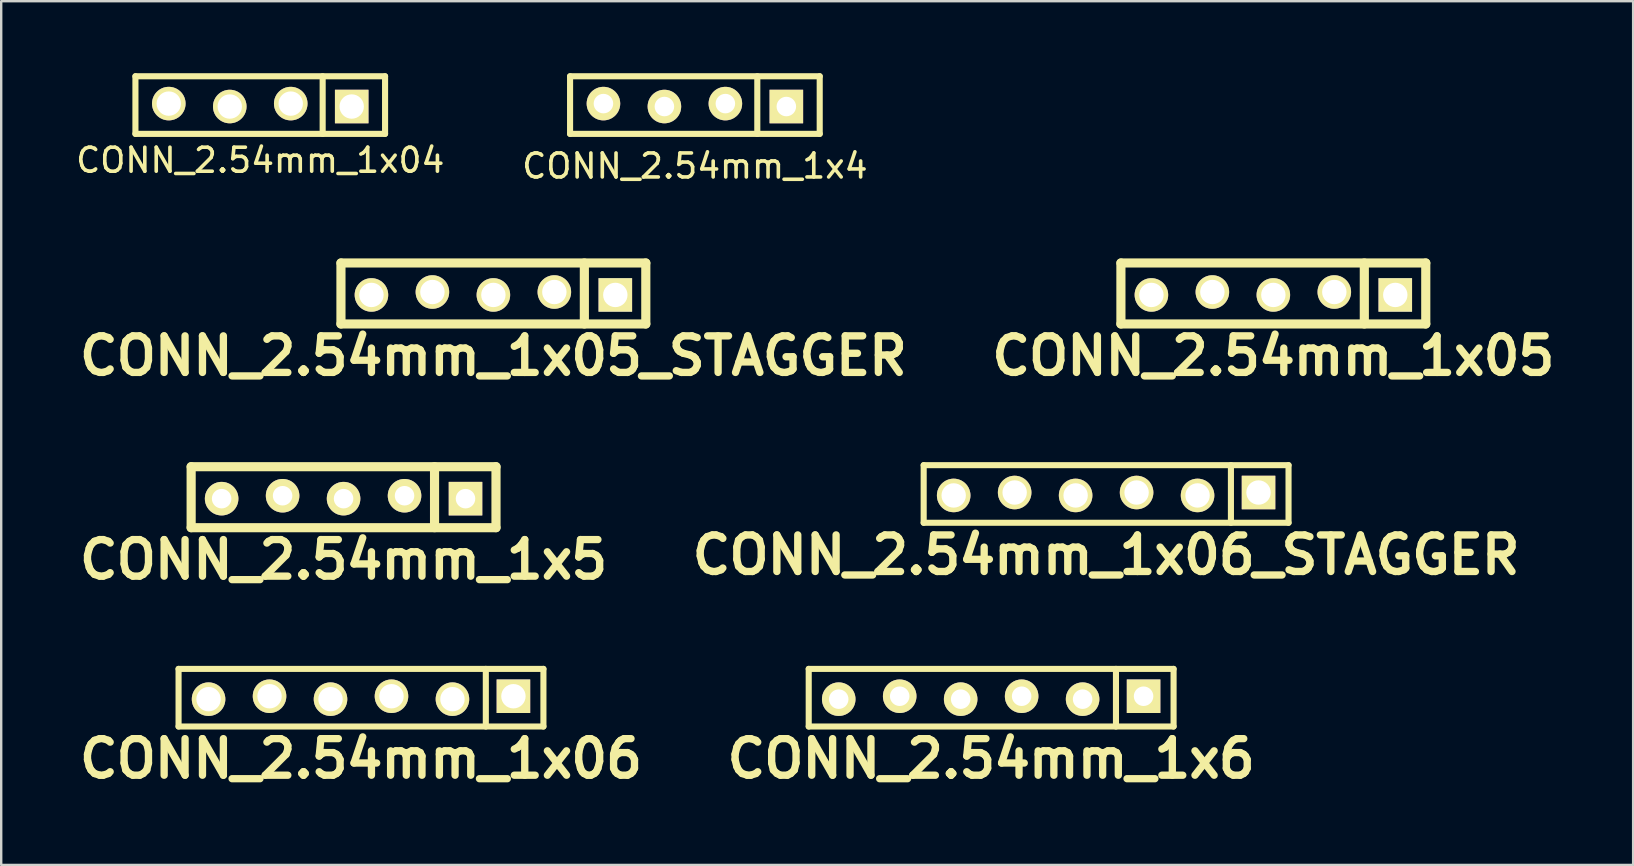
<source format=kicad_pcb>
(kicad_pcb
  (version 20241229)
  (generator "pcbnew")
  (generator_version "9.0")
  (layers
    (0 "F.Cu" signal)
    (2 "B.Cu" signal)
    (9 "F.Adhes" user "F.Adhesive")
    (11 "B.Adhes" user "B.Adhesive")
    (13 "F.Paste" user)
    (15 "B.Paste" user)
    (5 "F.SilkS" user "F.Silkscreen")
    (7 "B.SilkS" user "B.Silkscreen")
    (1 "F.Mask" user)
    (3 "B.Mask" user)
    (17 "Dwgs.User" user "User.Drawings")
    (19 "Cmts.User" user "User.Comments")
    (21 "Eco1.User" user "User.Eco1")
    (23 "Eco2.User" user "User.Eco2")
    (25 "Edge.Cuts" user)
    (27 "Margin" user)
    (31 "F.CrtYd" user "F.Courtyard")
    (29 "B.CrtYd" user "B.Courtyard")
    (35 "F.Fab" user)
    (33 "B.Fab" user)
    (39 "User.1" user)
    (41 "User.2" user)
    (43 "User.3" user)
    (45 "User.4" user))
  (footprint "CONN_2.54mm_1x04"
    (layer "F.Cu")
    (at 7.792 1.327)
    (property "Reference" "CONN_2.54mm_1x04" (at 0 2.3 0) (layer "F.SilkS") (effects (font (size 1 1) (thickness 0.15))))
    (attr through_hole)
    (fp_line (start -5.2 1.2) (end -5.2 -1.2) (stroke (width 0.254) (type solid)) (layer "F.SilkS"))
    (fp_line (start -5.2 1.2) (end 5.2 1.2) (stroke (width 0.254) (type solid)) (layer "F.SilkS"))
    (fp_line (start 2.6 -1.2) (end 2.6 1.2) (stroke (width 0.254) (type solid)) (layer "F.SilkS"))
    (fp_line (start 5.2 -1.2) (end -5.2 -1.2) (stroke (width 0.254) (type solid)) (layer "F.SilkS"))
    (fp_line (start 5.2 1.2) (end 5.2 -1.2) (stroke (width 0.254) (type solid)) (layer "F.SilkS"))
    (pad "1" thru_hole rect (at 3.81 0.061) (size 1.397 1.397) (drill 1.016) (layers "*.Cu" "*.Mask" "F.SilkS"))
    (pad "2" thru_hole circle (at 1.27 -0.061) (size 1.397 1.397) (drill 1.016) (layers "*.Cu" "*.Mask" "F.SilkS"))
    (pad "3" thru_hole circle (at -1.27 0.061) (size 1.397 1.397) (drill 1.016) (layers "*.Cu" "*.Mask" "F.SilkS"))
    (pad "4" thru_hole circle (at -3.81 -0.061) (size 1.397 1.397) (drill 1.016) (layers "*.Cu" "*.Mask" "F.SilkS")))
  (footprint "CONN_2.54mm_1x06_STAGGER"
    (layer "F.Cu")
    (at 43.03 17.529)
    (property "Reference" "CONN_2.54mm_1x06_STAGGER" (at 0 2.54 0) (layer "F.SilkS") (effects (font (size 1.524 1.524) (thickness 0.305))))
    (attr through_hole)
    (fp_line (start -7.6 1.2) (end -7.6 -1.2) (stroke (width 0.254) (type solid)) (layer "F.SilkS"))
    (fp_line (start -7.6 1.2) (end 7.6 1.2) (stroke (width 0.254) (type solid)) (layer "F.SilkS"))
    (fp_line (start 5.2 1.2) (end 5.2 -1.2) (stroke (width 0.254) (type solid)) (layer "F.SilkS"))
    (fp_line (start 7.6 -1.2) (end -7.6 -1.2) (stroke (width 0.254) (type solid)) (layer "F.SilkS"))
    (fp_line (start 7.6 -1.2) (end 7.6 1.2) (stroke (width 0.254) (type solid)) (layer "F.SilkS"))
    (pad "1" thru_hole rect (at 6.35 -0.061) (size 1.397 1.397) (drill 1.016) (layers "*.Cu" "*.Mask" "F.SilkS"))
    (pad "2" thru_hole circle (at 3.81 0.061) (size 1.397 1.397) (drill 1.016) (layers "*.Cu" "*.Mask" "F.SilkS"))
    (pad "3" thru_hole circle (at 1.27 -0.061) (size 1.397 1.397) (drill 1.016) (layers "*.Cu" "*.Mask" "F.SilkS"))
    (pad "4" thru_hole circle (at -1.27 0.061) (size 1.397 1.397) (drill 1.016) (layers "*.Cu" "*.Mask" "F.SilkS"))
    (pad "5" thru_hole circle (at -3.81 -0.061) (size 1.397 1.397) (drill 1.016) (layers "*.Cu" "*.Mask" "F.SilkS"))
    (pad "6" thru_hole circle (at -6.35 0.061) (size 1.397 1.397) (drill 1.016) (layers "*.Cu" "*.Mask" "F.SilkS")))
  (footprint "CONN_2.54mm_1x4"
    (layer "F.Cu")
    (at 25.899 1.327)
    (property "Reference" "CONN_2.54mm_1x4" (at 0 2.54 0) (layer "F.SilkS") (effects (font (size 1 1) (thickness 0.15))))
    (attr through_hole)
    (fp_line (start -5.2 1.2) (end -5.2 -1.2) (stroke (width 0.254) (type solid)) (layer "F.SilkS"))
    (fp_line (start -5.2 1.2) (end 5.2 1.2) (stroke (width 0.254) (type solid)) (layer "F.SilkS"))
    (fp_line (start 2.6 -1.2) (end 2.6 1.2) (stroke (width 0.254) (type solid)) (layer "F.SilkS"))
    (fp_line (start 5.2 -1.2) (end -5.2 -1.2) (stroke (width 0.254) (type solid)) (layer "F.SilkS"))
    (fp_line (start 5.2 1.2) (end 5.2 -1.2) (stroke (width 0.254) (type solid)) (layer "F.SilkS"))
    (pad "1" thru_hole rect (at 3.81 0.061) (size 1.397 1.397) (drill 0.813) (layers "*.Cu" "*.Mask" "F.SilkS"))
    (pad "2" thru_hole circle (at 1.27 -0.061) (size 1.397 1.397) (drill 0.813) (layers "*.Cu" "*.Mask" "F.SilkS"))
    (pad "3" thru_hole circle (at -1.27 0.061) (size 1.397 1.397) (drill 0.813) (layers "*.Cu" "*.Mask" "F.SilkS"))
    (pad "4" thru_hole circle (at -3.81 -0.061) (size 1.397 1.397) (drill 0.813) (layers "*.Cu" "*.Mask" "F.SilkS")))
  (footprint "CONN_2.54mm_1x05_STAGGER"
    (layer "F.Cu")
    (at 17.504 9.176)
    (property "Reference" "CONN_2.54mm_1x05_STAGGER" (at 0 2.6 0) (layer "F.SilkS") (effects (font (size 1.524 1.524) (thickness 0.305))))
    (attr through_hole)
    (fp_line (start -6.35 -1.27) (end 6.35 -1.27) (stroke (width 0.381) (type solid)) (layer "F.SilkS"))
    (fp_line (start -6.35 1.27) (end -6.35 -1.27) (stroke (width 0.381) (type solid)) (layer "F.SilkS"))
    (fp_line (start 3.79 1.27) (end 3.79 -1.27) (stroke (width 0.381) (type solid)) (layer "F.SilkS"))
    (fp_line (start 6.35 -1.27) (end 6.35 1.27) (stroke (width 0.381) (type solid)) (layer "F.SilkS"))
    (fp_line (start 6.35 1.27) (end -6.35 1.27) (stroke (width 0.381) (type solid)) (layer "F.SilkS"))
    (pad "1" thru_hole rect (at 5.08 0.061) (size 1.397 1.397) (drill 1.016) (layers "*.Cu" "*.Mask" "F.SilkS"))
    (pad "2" thru_hole circle (at 2.54 -0.061) (size 1.397 1.397) (drill 1.016) (layers "*.Cu" "*.Mask" "F.SilkS"))
    (pad "3" thru_hole circle (at 0 0.061) (size 1.397 1.397) (drill 1.016) (layers "*.Cu" "*.Mask" "F.SilkS"))
    (pad "4" thru_hole circle (at -2.54 -0.061) (size 1.397 1.397) (drill 1.016) (layers "*.Cu" "*.Mask" "F.SilkS"))
    (pad "5" thru_hole circle (at -5.08 0.061) (size 1.397 1.397) (drill 1.016) (layers "*.Cu" "*.Mask" "F.SilkS")))
  (footprint "CONN_2.54mm_1x5"
    (layer "F.Cu")
    (at 11.263 17.663)
    (property "Reference" "CONN_2.54mm_1x5" (at 0 2.6 0) (layer "F.SilkS") (effects (font (size 1.524 1.524) (thickness 0.305))))
    (attr through_hole)
    (fp_line (start -6.35 -1.27) (end 6.35 -1.27) (stroke (width 0.381) (type solid)) (layer "F.SilkS"))
    (fp_line (start -6.35 1.27) (end -6.35 -1.27) (stroke (width 0.381) (type solid)) (layer "F.SilkS"))
    (fp_line (start 3.79 1.27) (end 3.79 -1.27) (stroke (width 0.381) (type solid)) (layer "F.SilkS"))
    (fp_line (start 6.35 -1.27) (end 6.35 1.27) (stroke (width 0.381) (type solid)) (layer "F.SilkS"))
    (fp_line (start 6.35 1.27) (end -6.35 1.27) (stroke (width 0.381) (type solid)) (layer "F.SilkS"))
    (pad "1" thru_hole rect (at 5.08 0.061) (size 1.397 1.397) (drill 0.813) (layers "*.Cu" "*.Mask" "F.SilkS"))
    (pad "2" thru_hole circle (at 2.54 -0.061) (size 1.397 1.397) (drill 0.813) (layers "*.Cu" "*.Mask" "F.SilkS"))
    (pad "3" thru_hole circle (at 0 0.061) (size 1.397 1.397) (drill 0.813) (layers "*.Cu" "*.Mask" "F.SilkS"))
    (pad "4" thru_hole circle (at -2.54 -0.061) (size 1.397 1.397) (drill 0.813) (layers "*.Cu" "*.Mask" "F.SilkS"))
    (pad "5" thru_hole circle (at -5.08 0.061) (size 1.397 1.397) (drill 0.813) (layers "*.Cu" "*.Mask" "F.SilkS")))
  (footprint "CONN_2.54mm_1x6"
    (layer "F.Cu")
    (at 38.241 26.016)
    (property "Reference" "CONN_2.54mm_1x6" (at 0 2.54 0) (layer "F.SilkS") (effects (font (size 1.524 1.524) (thickness 0.305))))
    (attr through_hole)
    (fp_line (start -7.6 1.2) (end -7.6 -1.2) (stroke (width 0.254) (type solid)) (layer "F.SilkS"))
    (fp_line (start -7.6 1.2) (end 7.6 1.2) (stroke (width 0.254) (type solid)) (layer "F.SilkS"))
    (fp_line (start 5.2 1.2) (end 5.2 -1.2) (stroke (width 0.254) (type solid)) (layer "F.SilkS"))
    (fp_line (start 7.6 -1.2) (end -7.6 -1.2) (stroke (width 0.254) (type solid)) (layer "F.SilkS"))
    (fp_line (start 7.6 -1.2) (end 7.6 1.2) (stroke (width 0.254) (type solid)) (layer "F.SilkS"))
    (pad "1" thru_hole rect (at 6.35 -0.061) (size 1.397 1.397) (drill 0.813) (layers "*.Cu" "*.Mask" "F.SilkS"))
    (pad "2" thru_hole circle (at 3.81 0.061) (size 1.397 1.397) (drill 0.813) (layers "*.Cu" "*.Mask" "F.SilkS"))
    (pad "3" thru_hole circle (at 1.27 -0.061) (size 1.397 1.397) (drill 0.813) (layers "*.Cu" "*.Mask" "F.SilkS"))
    (pad "4" thru_hole circle (at -1.27 0.061) (size 1.397 1.397) (drill 0.813) (layers "*.Cu" "*.Mask" "F.SilkS"))
    (pad "5" thru_hole circle (at -3.81 -0.061) (size 1.397 1.397) (drill 0.813) (layers "*.Cu" "*.Mask" "F.SilkS"))
    (pad "6" thru_hole circle (at -6.35 0.061) (size 1.397 1.397) (drill 0.813) (layers "*.Cu" "*.Mask" "F.SilkS")))
  (footprint "CONN_2.54mm_1x05"
    (layer "F.Cu")
    (at 49.997 9.176)
    (property "Reference" "CONN_2.54mm_1x05" (at 0 2.6 0) (layer "F.SilkS") (effects (font (size 1.524 1.524) (thickness 0.305))))
    (attr through_hole)
    (fp_line (start -6.35 -1.27) (end 6.35 -1.27) (stroke (width 0.381) (type solid)) (layer "F.SilkS"))
    (fp_line (start -6.35 1.27) (end -6.35 -1.27) (stroke (width 0.381) (type solid)) (layer "F.SilkS"))
    (fp_line (start 3.79 1.27) (end 3.79 -1.27) (stroke (width 0.381) (type solid)) (layer "F.SilkS"))
    (fp_line (start 6.35 -1.27) (end 6.35 1.27) (stroke (width 0.381) (type solid)) (layer "F.SilkS"))
    (fp_line (start 6.35 1.27) (end -6.35 1.27) (stroke (width 0.381) (type solid)) (layer "F.SilkS"))
    (pad "1" thru_hole rect (at 5.08 0.061) (size 1.397 1.397) (drill 1.016) (layers "*.Cu" "*.Mask" "F.SilkS"))
    (pad "2" thru_hole circle (at 2.54 -0.061) (size 1.397 1.397) (drill 1.016) (layers "*.Cu" "*.Mask" "F.SilkS"))
    (pad "3" thru_hole circle (at 0 0.061) (size 1.397 1.397) (drill 1.016) (layers "*.Cu" "*.Mask" "F.SilkS"))
    (pad "4" thru_hole circle (at -2.54 -0.061) (size 1.397 1.397) (drill 1.016) (layers "*.Cu" "*.Mask" "F.SilkS"))
    (pad "5" thru_hole circle (at -5.08 0.061) (size 1.397 1.397) (drill 1.016) (layers "*.Cu" "*.Mask" "F.SilkS")))
  (footprint "CONN_2.54mm_1x06"
    (layer "F.Cu")
    (at 11.989 26.016)
    (property "Reference" "CONN_2.54mm_1x06" (at 0 2.54 0) (layer "F.SilkS") (effects (font (size 1.524 1.524) (thickness 0.305))))
    (attr through_hole)
    (fp_line (start -7.6 1.2) (end -7.6 -1.2) (stroke (width 0.254) (type solid)) (layer "F.SilkS"))
    (fp_line (start -7.6 1.2) (end 7.6 1.2) (stroke (width 0.254) (type solid)) (layer "F.SilkS"))
    (fp_line (start 5.2 1.2) (end 5.2 -1.2) (stroke (width 0.254) (type solid)) (layer "F.SilkS"))
    (fp_line (start 7.6 -1.2) (end -7.6 -1.2) (stroke (width 0.254) (type solid)) (layer "F.SilkS"))
    (fp_line (start 7.6 -1.2) (end 7.6 1.2) (stroke (width 0.254) (type solid)) (layer "F.SilkS"))
    (pad "1" thru_hole rect (at 6.35 -0.061) (size 1.397 1.397) (drill 1.016) (layers "*.Cu" "*.Mask" "F.SilkS"))
    (pad "2" thru_hole circle (at 3.81 0.061) (size 1.397 1.397) (drill 1.016) (layers "*.Cu" "*.Mask" "F.SilkS"))
    (pad "3" thru_hole circle (at 1.27 -0.061) (size 1.397 1.397) (drill 1.016) (layers "*.Cu" "*.Mask" "F.SilkS"))
    (pad "4" thru_hole circle (at -1.27 0.061) (size 1.397 1.397) (drill 1.016) (layers "*.Cu" "*.Mask" "F.SilkS"))
    (pad "5" thru_hole circle (at -3.81 -0.061) (size 1.397 1.397) (drill 1.016) (layers "*.Cu" "*.Mask" "F.SilkS"))
    (pad "6" thru_hole circle (at -6.35 0.061) (size 1.397 1.397) (drill 1.016) (layers "*.Cu" "*.Mask" "F.SilkS")))
  (gr_rect
    (start -3 -3)
    (end 64.986 32.983)
    (stroke (width 0.1) (type default))
    (fill no)
    (layer "Edge.Cuts")))
</source>
